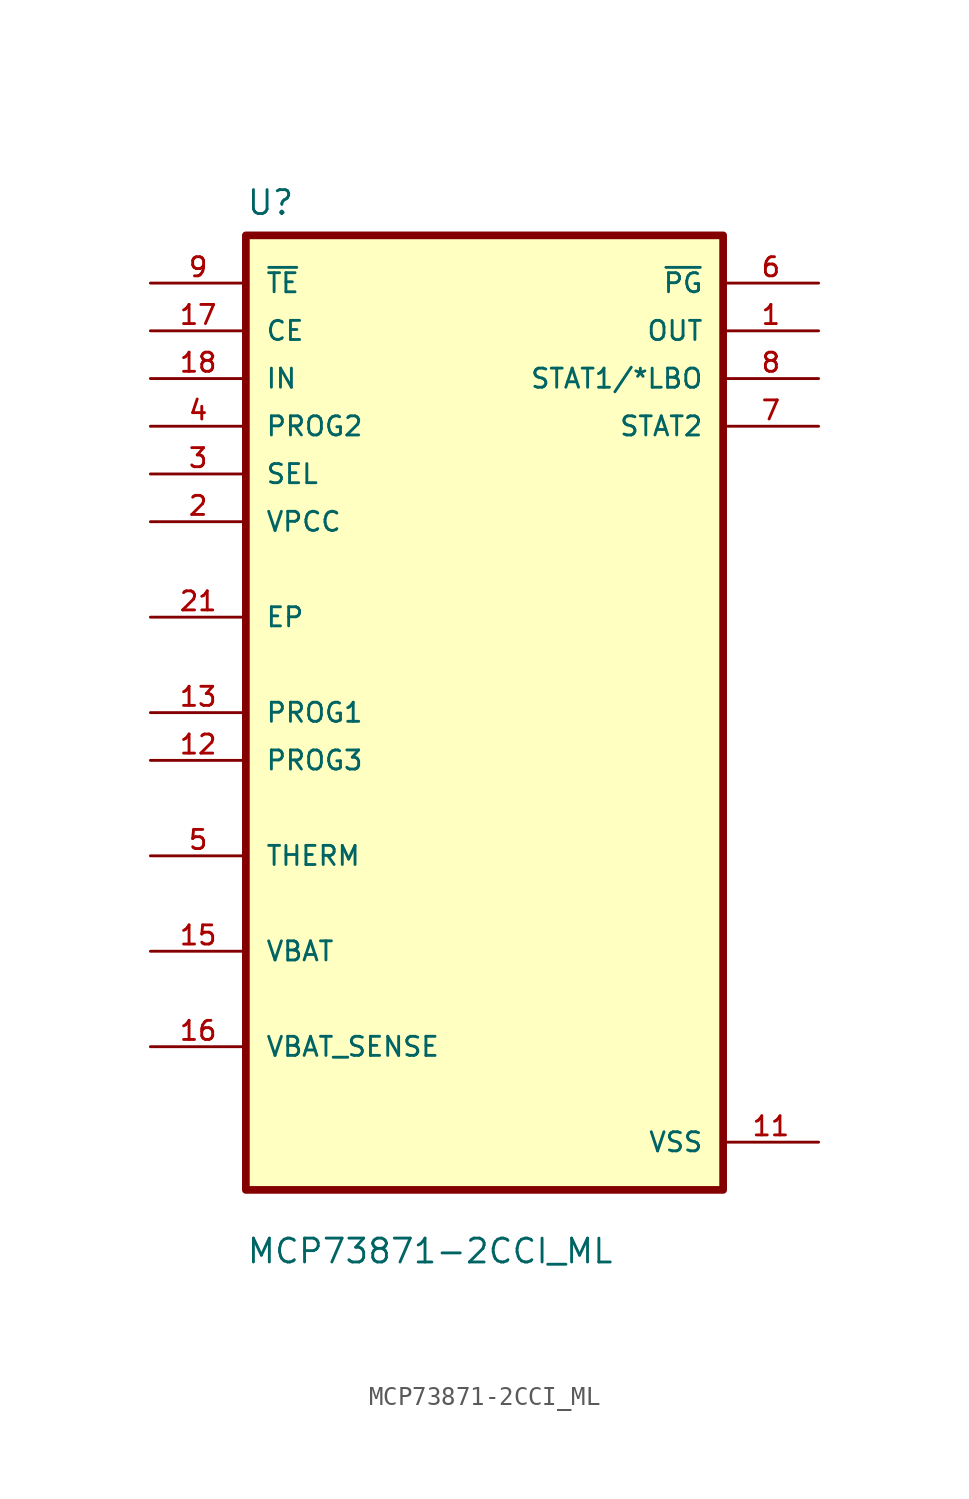
<source format=kicad_sym>
(kicad_symbol_lib
  (version 20211014)
  (generator kicad_symbol_editor)
  (symbol "MCP73871-2CCI_ML"
    (pin_names
      (offset 1.016))
    (property "Reference" "U"
      (at -12.7 26.4 0.0)
      (effects (font (size 1.27 1.27)) (justify bottom left)))
    (property "Value" "MCP73871-2CCI_ML"
      (at -12.7 -29.4 0.0)
      (effects (font (size 1.27 1.27)) (justify bottom left)))
    (symbol "MCP73871-2CCI_ML_0_0"
      (rectangle (start -12.7 -25.4) (end 12.7 25.4) (stroke (width 0.41)) (fill (type background)))
      (pin input line (at -17.78 22.86 0) (length 5.08) (name "~{TE}" (effects (font (size 1.016 1.016)))) (number "9" (effects (font (size 1.016 1.016)))))
      (pin input line (at -17.78 20.32 0) (length 5.08) (name "CE" (effects (font (size 1.016 1.016)))) (number "17" (effects (font (size 1.016 1.016)))))
      (pin input line (at -17.78 17.78 0) (length 5.08) (name "IN" (effects (font (size 1.016 1.016)))) (number "18" (effects (font (size 1.016 1.016)))))
      (pin input line (at -17.78 17.78 0) (length 5.08) hide (name "IN" (effects (font (size 1.016 1.016)))) (number "19" (effects (font (size 1.016 1.016)))))
      (pin input line (at -17.78 15.24 0) (length 5.08) (name "PROG2" (effects (font (size 1.016 1.016)))) (number "4" (effects (font (size 1.016 1.016)))))
      (pin input line (at -17.78 12.7 0) (length 5.08) (name "SEL" (effects (font (size 1.016 1.016)))) (number "3" (effects (font (size 1.016 1.016)))))
      (pin input line (at -17.78 10.16 0) (length 5.08) (name "VPCC" (effects (font (size 1.016 1.016)))) (number "2" (effects (font (size 1.016 1.016)))))
      (pin bidirectional line (at -17.78 5.08 0) (length 5.08) (name "EP" (effects (font (size 1.016 1.016)))) (number "21" (effects (font (size 1.016 1.016)))))
      (pin bidirectional line (at -17.78 3.55271e-15 0) (length 5.08) (name "PROG1" (effects (font (size 1.016 1.016)))) (number "13" (effects (font (size 1.016 1.016)))))
      (pin bidirectional line (at -17.78 -2.54 0) (length 5.08) (name "PROG3" (effects (font (size 1.016 1.016)))) (number "12" (effects (font (size 1.016 1.016)))))
      (pin bidirectional line (at -17.78 -7.62 0) (length 5.08) (name "THERM" (effects (font (size 1.016 1.016)))) (number "5" (effects (font (size 1.016 1.016)))))
      (pin bidirectional line (at -17.78 -12.7 0) (length 5.08) (name "VBAT" (effects (font (size 1.016 1.016)))) (number "15" (effects (font (size 1.016 1.016)))))
      (pin bidirectional line (at -17.78 -12.7 0) (length 5.08) hide (name "VBAT" (effects (font (size 1.016 1.016)))) (number "14" (effects (font (size 1.016 1.016)))))
      (pin bidirectional line (at -17.78 -17.78 0) (length 5.08) (name "VBAT_SENSE" (effects (font (size 1.016 1.016)))) (number "16" (effects (font (size 1.016 1.016)))))
      (pin output line (at 17.78 22.86 180.0) (length 5.08) (name "~{PG}" (effects (font (size 1.016 1.016)))) (number "6" (effects (font (size 1.016 1.016)))))
      (pin output line (at 17.78 20.32 180.0) (length 5.08) (name "OUT" (effects (font (size 1.016 1.016)))) (number "1" (effects (font (size 1.016 1.016)))))
      (pin output line (at 17.78 20.32 180.0) (length 5.08) hide (name "OUT" (effects (font (size 1.016 1.016)))) (number "20" (effects (font (size 1.016 1.016)))))
      (pin output line (at 17.78 17.78 180.0) (length 5.08) (name "STAT1/*LBO" (effects (font (size 1.016 1.016)))) (number "8" (effects (font (size 1.016 1.016)))))
      (pin output line (at 17.78 15.24 180.0) (length 5.08) (name "STAT2" (effects (font (size 1.016 1.016)))) (number "7" (effects (font (size 1.016 1.016)))))
      (pin power_in line (at 17.78 -22.86 180.0) (length 5.08) (name "VSS" (effects (font (size 1.016 1.016)))) (number "11" (effects (font (size 1.016 1.016)))))
      (pin power_in line (at 17.78 -22.86 180.0) (length 5.08) hide (name "VSS" (effects (font (size 1.016 1.016)))) (number "10" (effects (font (size 1.016 1.016))))))))
</source>
